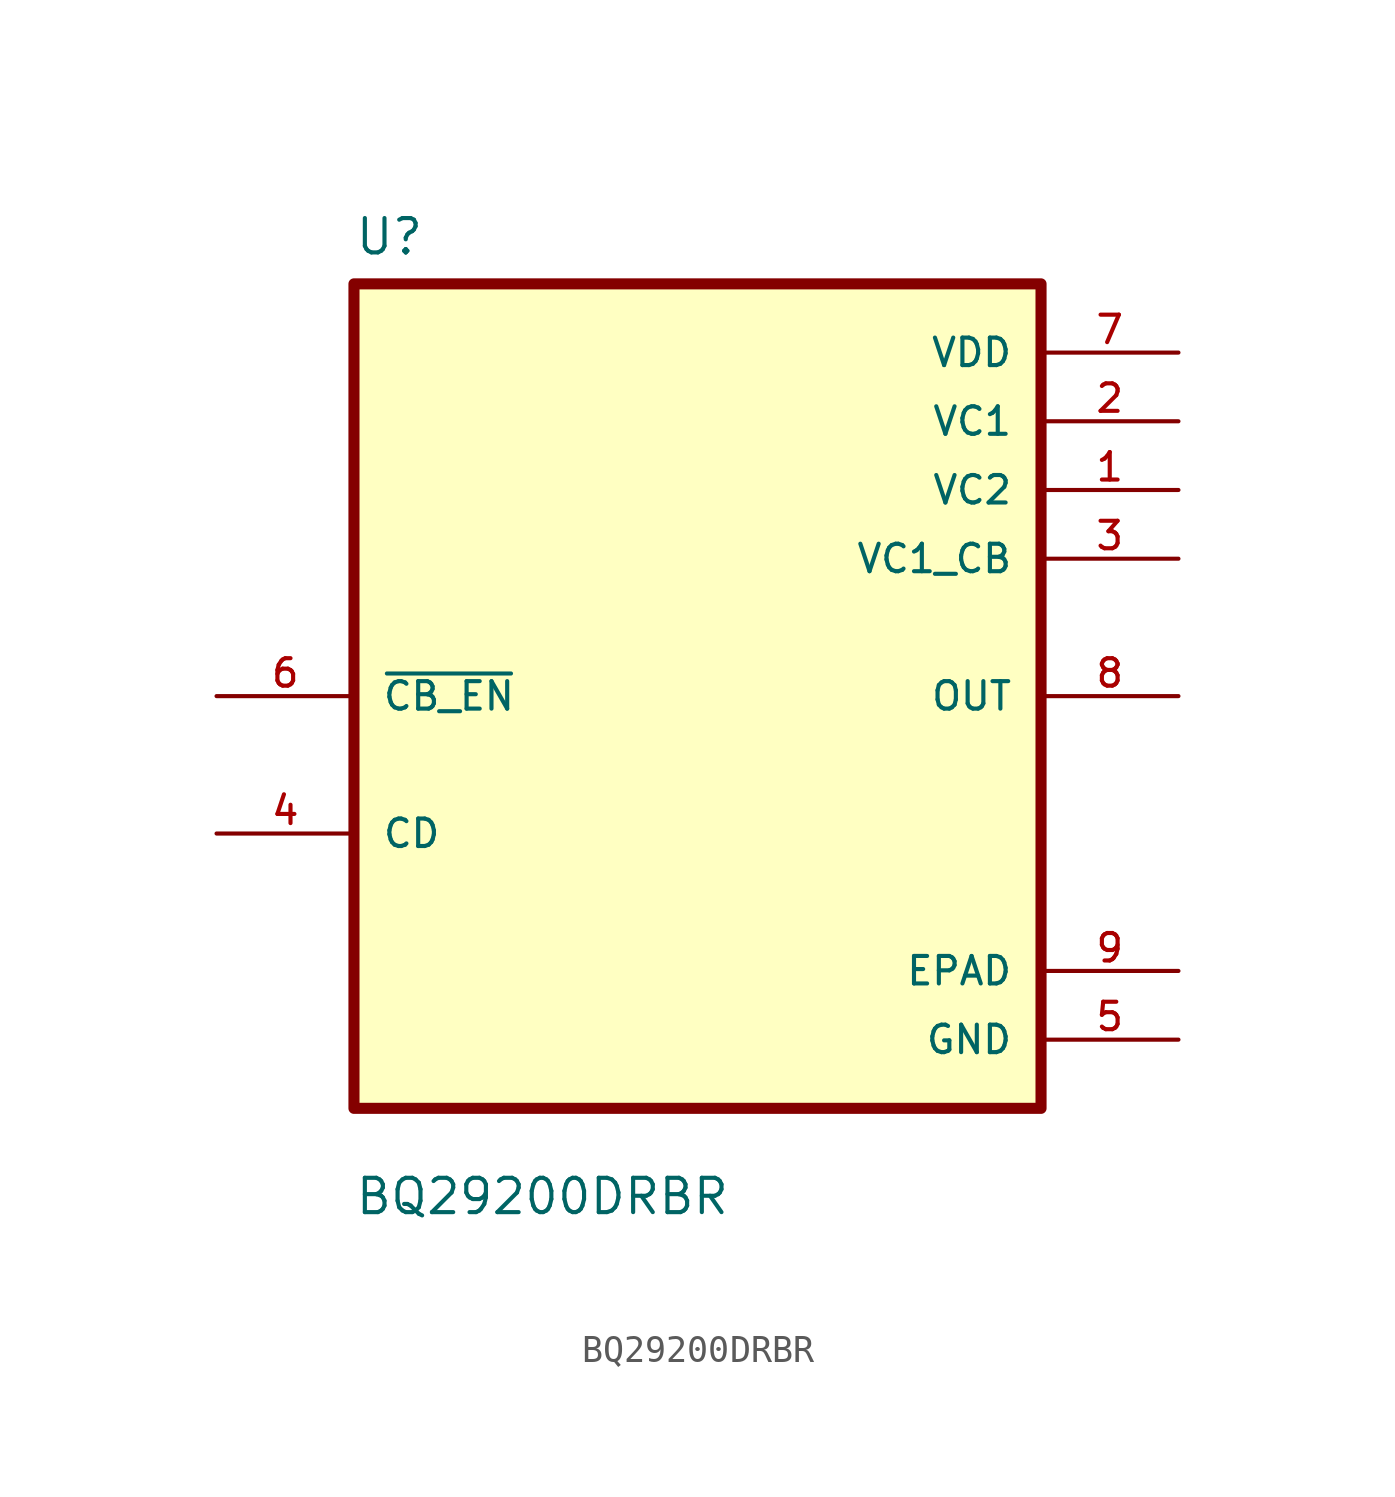
<source format=kicad_sym>
(kicad_symbol_lib
  (version 20211014)
  (generator kicad_symbol_editor)
  (symbol "BQ29200DRBR"
    (pin_names
      (offset 1.016))
    (property "Reference" "U"
      (at -12.7 16.24 0.0)
      (effects (font (size 1.27 1.27)) (justify bottom left)))
    (property "Value" "BQ29200DRBR"
      (at -12.7 -19.24 0.0)
      (effects (font (size 1.27 1.27)) (justify bottom left)))
    (symbol "BQ29200DRBR_0_0"
      (rectangle (start -12.7 -15.24) (end 12.7 15.24) (stroke (width 0.41)) (fill (type background)))
      (pin input line (at -17.78 0.0 0) (length 5.08) (name "~{CB_EN}" (effects (font (size 1.016 1.016)))) (number "6" (effects (font (size 1.016 1.016)))))
      (pin bidirectional line (at -17.78 -5.08 0) (length 5.08) (name "CD" (effects (font (size 1.016 1.016)))) (number "4" (effects (font (size 1.016 1.016)))))
      (pin power_in line (at 17.78 12.7 180.0) (length 5.08) (name "VDD" (effects (font (size 1.016 1.016)))) (number "7" (effects (font (size 1.016 1.016)))))
      (pin power_in line (at 17.78 10.16 180.0) (length 5.08) (name "VC1" (effects (font (size 1.016 1.016)))) (number "2" (effects (font (size 1.016 1.016)))))
      (pin power_in line (at 17.78 7.62 180.0) (length 5.08) (name "VC2" (effects (font (size 1.016 1.016)))) (number "1" (effects (font (size 1.016 1.016)))))
      (pin power_in line (at 17.78 5.08 180.0) (length 5.08) (name "VC1_CB" (effects (font (size 1.016 1.016)))) (number "3" (effects (font (size 1.016 1.016)))))
      (pin output line (at 17.78 0.0 180.0) (length 5.08) (name "OUT" (effects (font (size 1.016 1.016)))) (number "8" (effects (font (size 1.016 1.016)))))
      (pin power_in line (at 17.78 -10.16 180.0) (length 5.08) (name "EPAD" (effects (font (size 1.016 1.016)))) (number "9" (effects (font (size 1.016 1.016)))))
      (pin power_in line (at 17.78 -12.7 180.0) (length 5.08) (name "GND" (effects (font (size 1.016 1.016)))) (number "5" (effects (font (size 1.016 1.016))))))))
</source>
